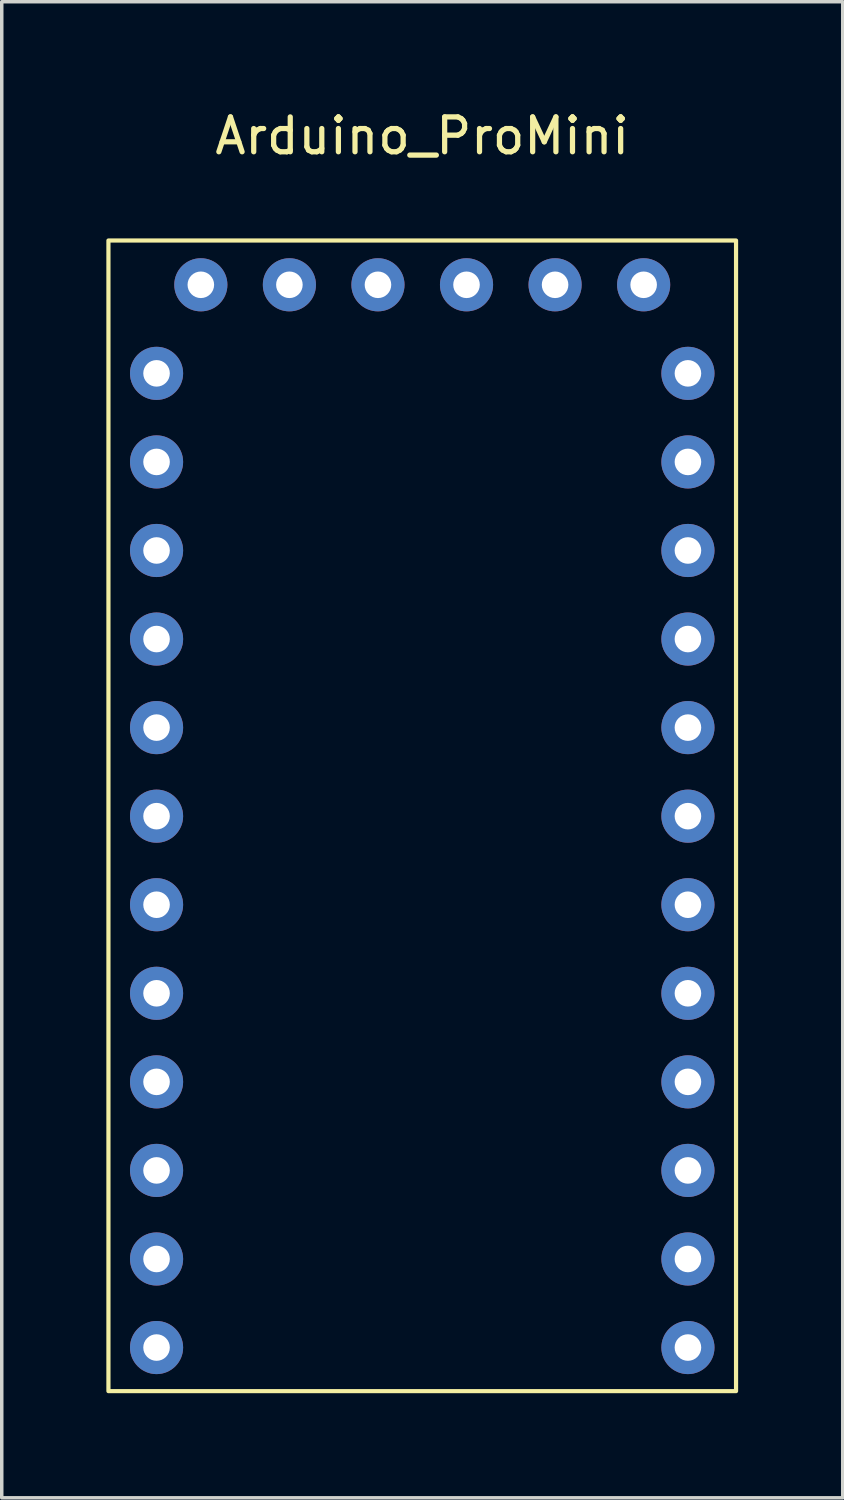
<source format=kicad_pcb>
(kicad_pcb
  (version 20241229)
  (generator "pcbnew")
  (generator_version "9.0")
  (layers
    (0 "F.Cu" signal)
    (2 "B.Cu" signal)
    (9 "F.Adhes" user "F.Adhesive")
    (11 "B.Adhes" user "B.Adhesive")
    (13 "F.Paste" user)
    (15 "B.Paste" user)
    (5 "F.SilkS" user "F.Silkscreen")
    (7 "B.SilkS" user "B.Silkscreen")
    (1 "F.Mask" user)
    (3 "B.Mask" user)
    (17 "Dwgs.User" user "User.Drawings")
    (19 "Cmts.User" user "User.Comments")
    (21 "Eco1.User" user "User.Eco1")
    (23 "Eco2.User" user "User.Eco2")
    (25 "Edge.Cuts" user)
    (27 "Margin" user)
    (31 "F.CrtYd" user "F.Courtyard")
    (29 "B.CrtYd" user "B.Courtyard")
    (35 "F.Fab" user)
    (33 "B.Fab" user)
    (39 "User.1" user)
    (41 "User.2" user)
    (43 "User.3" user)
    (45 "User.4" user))
  (footprint "Arduino_ProMini"
    (layer "F.Cu")
    (at 9.06 3.848)
    (property "Reference" "Arduino_ProMini" (at 0 -3 0) (unlocked yes) (layer "F.SilkS") (effects (font (size 1 1) (thickness 0.15))))
    (attr smd)
    (fp_rect (start -9 0) (end 9 33) (stroke (width 0.12) (type solid)) (fill no) (layer "F.SilkS"))
    (pad "1" thru_hole circle (at -7.62 3.81) (size 1.524 1.524) (drill 0.762) (layers "*.Cu" "*.Mask"))
    (pad "2" thru_hole circle (at -7.62 6.35) (size 1.524 1.524) (drill 0.762) (layers "*.Cu" "*.Mask"))
    (pad "3" thru_hole circle (at -7.62 8.89) (size 1.524 1.524) (drill 0.762) (layers "*.Cu" "*.Mask"))
    (pad "4" thru_hole circle (at -7.62 11.43) (size 1.524 1.524) (drill 0.762) (layers "*.Cu" "*.Mask"))
    (pad "5" thru_hole circle (at -7.62 13.97) (size 1.524 1.524) (drill 0.762) (layers "*.Cu" "*.Mask"))
    (pad "6" thru_hole circle (at -7.62 16.51) (size 1.524 1.524) (drill 0.762) (layers "*.Cu" "*.Mask"))
    (pad "7" thru_hole circle (at -7.62 19.05) (size 1.524 1.524) (drill 0.762) (layers "*.Cu" "*.Mask"))
    (pad "8" thru_hole circle (at -7.62 21.59) (size 1.524 1.524) (drill 0.762) (layers "*.Cu" "*.Mask"))
    (pad "9" thru_hole circle (at -7.62 24.13) (size 1.524 1.524) (drill 0.762) (layers "*.Cu" "*.Mask"))
    (pad "10" thru_hole circle (at -7.62 26.67) (size 1.524 1.524) (drill 0.762) (layers "*.Cu" "*.Mask"))
    (pad "11" thru_hole circle (at -7.62 29.21) (size 1.524 1.524) (drill 0.762) (layers "*.Cu" "*.Mask"))
    (pad "12" thru_hole circle (at -7.62 31.75) (size 1.524 1.524) (drill 0.762) (layers "*.Cu" "*.Mask"))
    (pad "13" thru_hole circle (at 7.62 31.75) (size 1.524 1.524) (drill 0.762) (layers "*.Cu" "*.Mask"))
    (pad "14" thru_hole circle (at 7.62 29.21) (size 1.524 1.524) (drill 0.762) (layers "*.Cu" "*.Mask"))
    (pad "15" thru_hole circle (at 7.62 26.67) (size 1.524 1.524) (drill 0.762) (layers "*.Cu" "*.Mask"))
    (pad "16" thru_hole circle (at 7.62 24.13) (size 1.524 1.524) (drill 0.762) (layers "*.Cu" "*.Mask"))
    (pad "17" thru_hole circle (at 7.62 21.59) (size 1.524 1.524) (drill 0.762) (layers "*.Cu" "*.Mask"))
    (pad "18" thru_hole circle (at 7.62 19.05) (size 1.524 1.524) (drill 0.762) (layers "*.Cu" "*.Mask"))
    (pad "19" thru_hole circle (at 7.62 16.51) (size 1.524 1.524) (drill 0.762) (layers "*.Cu" "*.Mask"))
    (pad "20" thru_hole circle (at 7.62 13.97) (size 1.524 1.524) (drill 0.762) (layers "*.Cu" "*.Mask"))
    (pad "21" thru_hole circle (at 7.62 11.43) (size 1.524 1.524) (drill 0.762) (layers "*.Cu" "*.Mask"))
    (pad "22" thru_hole circle (at 7.62 8.89) (size 1.524 1.524) (drill 0.762) (layers "*.Cu" "*.Mask"))
    (pad "23" thru_hole circle (at 7.62 6.35) (size 1.524 1.524) (drill 0.762) (layers "*.Cu" "*.Mask"))
    (pad "24" thru_hole circle (at 7.62 3.81) (size 1.524 1.524) (drill 0.762) (layers "*.Cu" "*.Mask"))
    (pad "25" thru_hole circle (at 6.35 1.27) (size 1.524 1.524) (drill 0.762) (layers "*.Cu" "*.Mask"))
    (pad "26" thru_hole circle (at 3.81 1.27) (size 1.524 1.524) (drill 0.762) (layers "*.Cu" "*.Mask"))
    (pad "27" thru_hole circle (at 1.27 1.27) (size 1.524 1.524) (drill 0.762) (layers "*.Cu" "*.Mask"))
    (pad "28" thru_hole circle (at -1.27 1.27) (size 1.524 1.524) (drill 0.762) (layers "*.Cu" "*.Mask"))
    (pad "29" thru_hole circle (at -3.81 1.27) (size 1.524 1.524) (drill 0.762) (layers "*.Cu" "*.Mask"))
    (pad "30" thru_hole circle (at -6.35 1.27) (size 1.524 1.524) (drill 0.762) (layers "*.Cu" "*.Mask")))
  (gr_rect
    (start -3 -3)
    (end 21.12 39.908)
    (stroke (width 0.1) (type default))
    (fill no)
    (layer "Edge.Cuts")))
</source>
